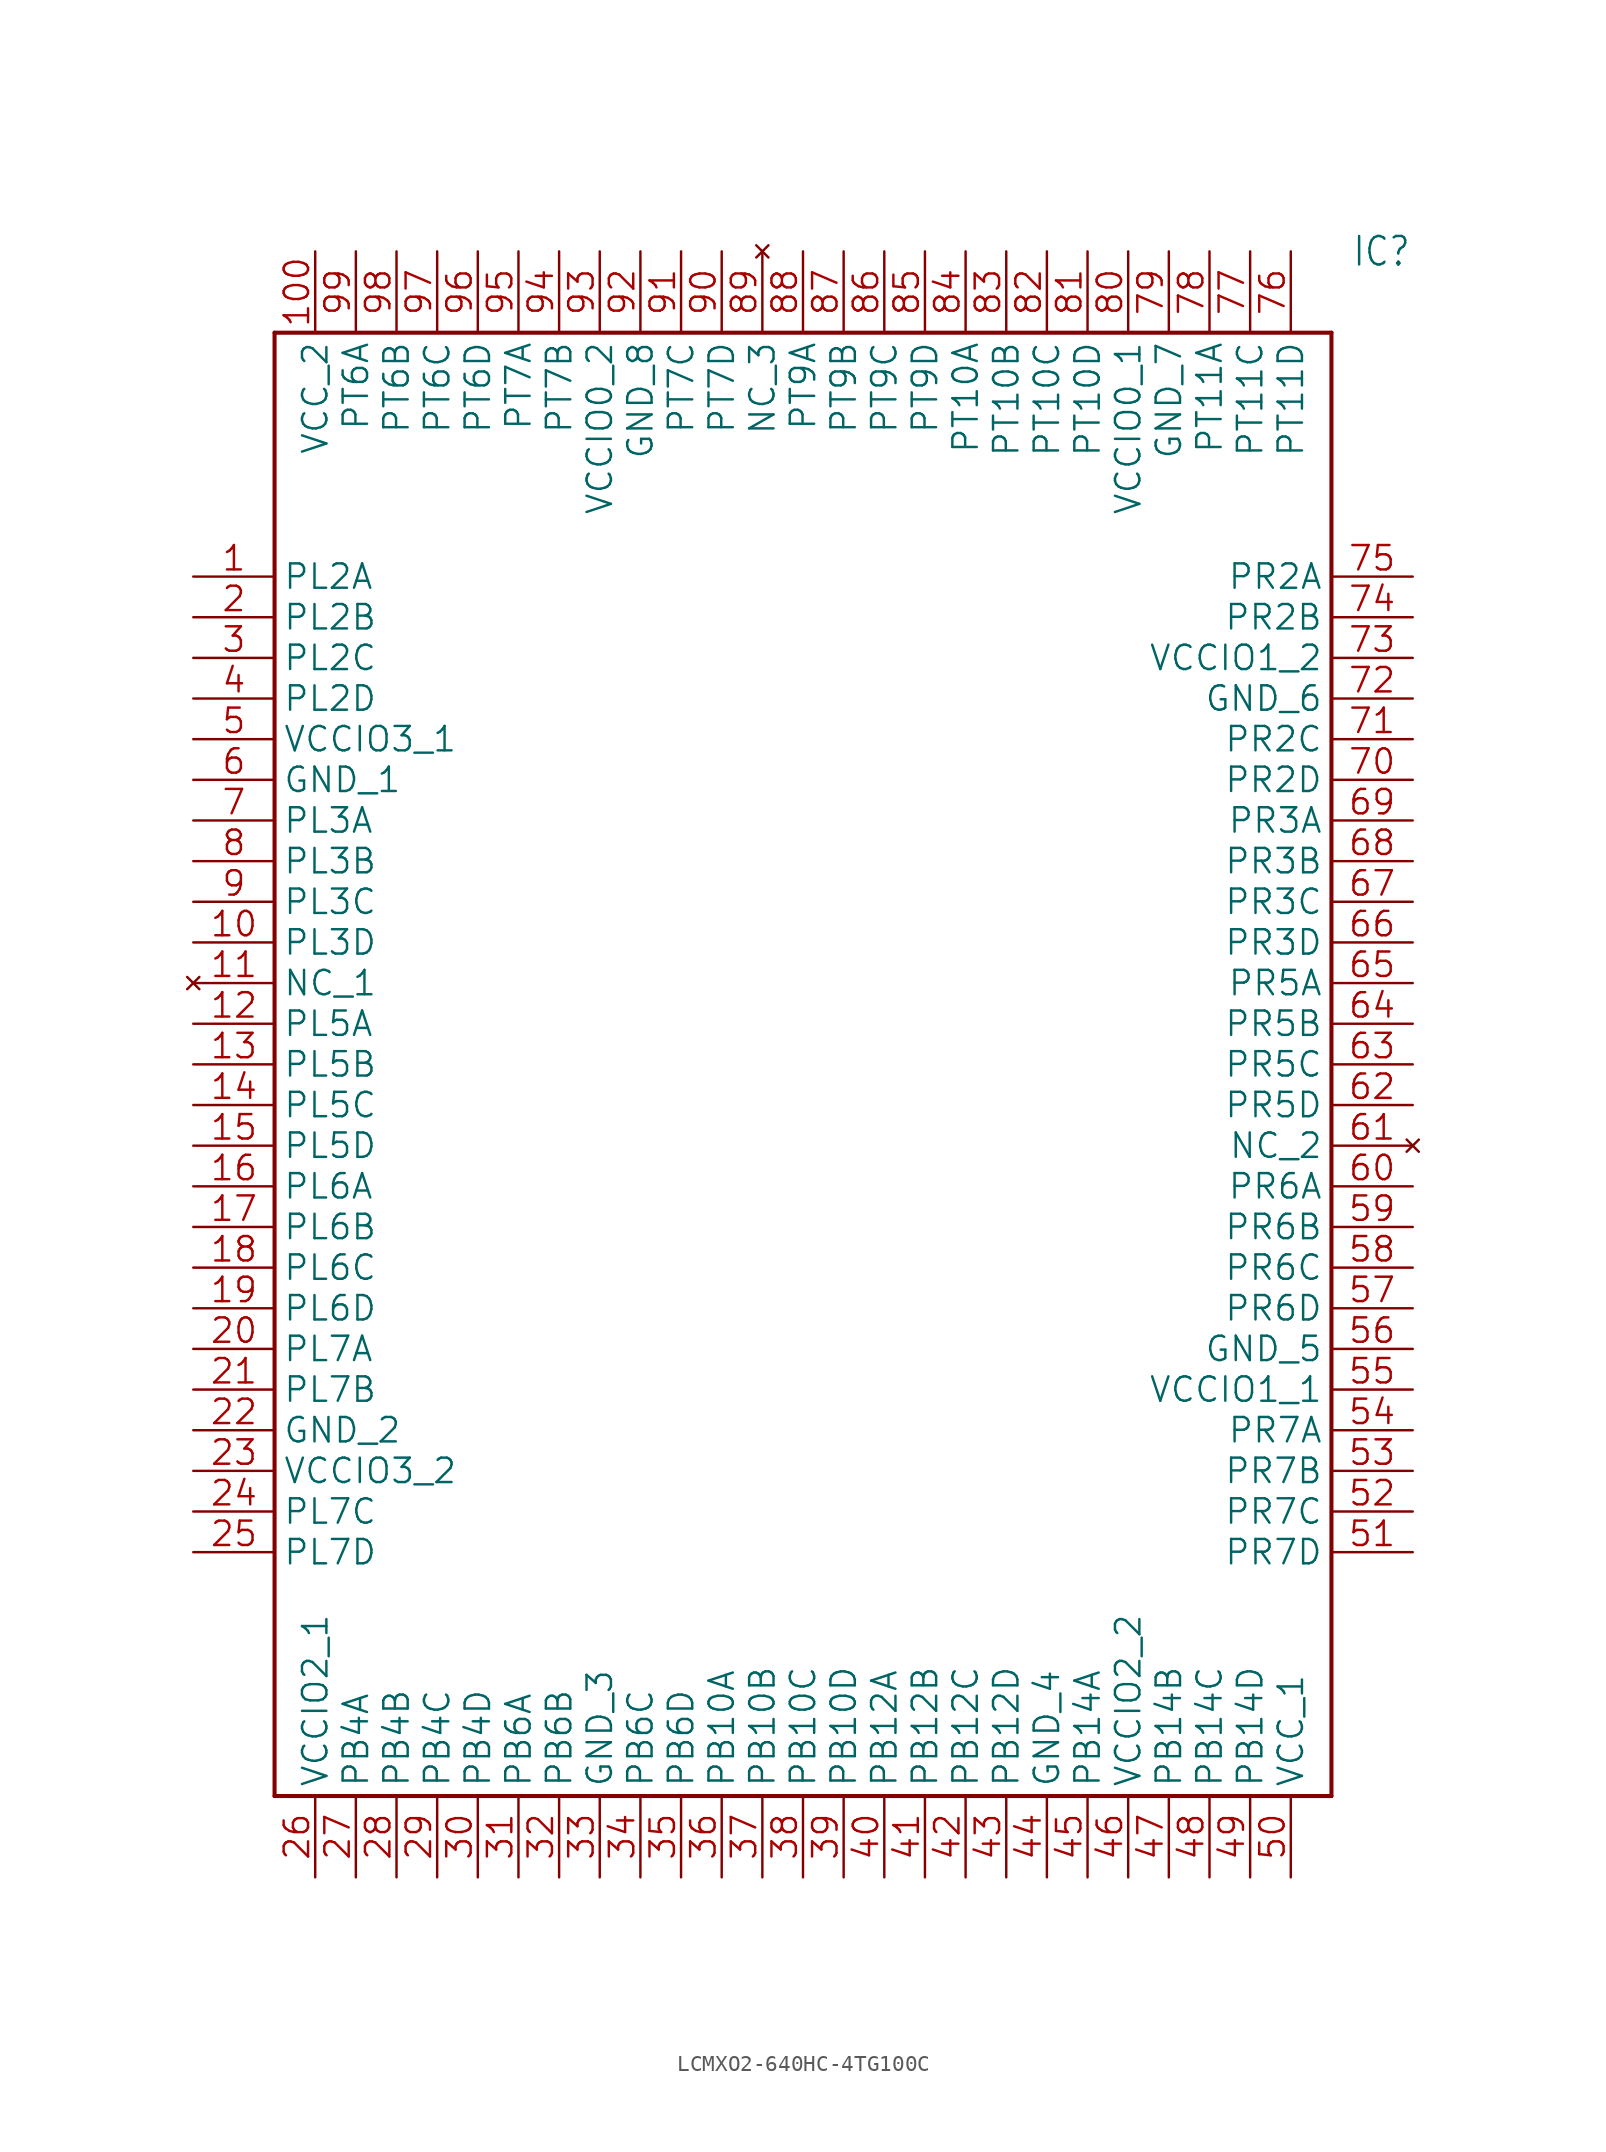
<source format=kicad_sym>
(kicad_symbol_lib
  (version 20241209)
  (generator "kicad_symbol_editor")
  (generator_version "9.0")
  (symbol "LCMXO2-640HC-4TG100C"
    (property "Reference" "IC"
      (at 72.39 20.32 0)
      (effects (font (size 1.778 1.511)) (justify left)))
    (property "Value" ""
      (at 72.39 17.78 0)
      (effects (font (size 1.778 1.511)) (justify left)))
    (property "ki_locked" ""
      (at 0 0 0)
      (effects (font (size 1.27 1.27))))
    (symbol "LCMXO2-640HC-4TG100C_1_0"
      (polyline (pts (xy 5.08 15.24) (xy 5.08 -76.2)) (stroke (width 0.254) (type solid)) (fill (type none)))
      (polyline (pts (xy 5.08 15.24) (xy 71.12 15.24)) (stroke (width 0.254) (type solid)) (fill (type none)))
      (polyline (pts (xy 71.12 -76.2) (xy 5.08 -76.2)) (stroke (width 0.254) (type solid)) (fill (type none)))
      (polyline (pts (xy 71.12 -76.2) (xy 71.12 15.24)) (stroke (width 0.254) (type solid)) (fill (type none)))
      (pin bidirectional line (at 0 0 0) (length 5.08) (name "PL2A" (effects (font (size 1.524 1.524)))) (number "1" (effects (font (size 1.524 1.524)))))
      (pin bidirectional line (at 0 -2.54 0) (length 5.08) (name "PL2B" (effects (font (size 1.524 1.524)))) (number "2" (effects (font (size 1.524 1.524)))))
      (pin bidirectional line (at 0 -5.08 0) (length 5.08) (name "PL2C" (effects (font (size 1.524 1.524)))) (number "3" (effects (font (size 1.524 1.524)))))
      (pin bidirectional line (at 0 -7.62 0) (length 5.08) (name "PL2D" (effects (font (size 1.524 1.524)))) (number "4" (effects (font (size 1.524 1.524)))))
      (pin bidirectional line (at 0 -10.16 0) (length 5.08) (name "VCCIO3_1" (effects (font (size 1.524 1.524)))) (number "5" (effects (font (size 1.524 1.524)))))
      (pin bidirectional line (at 0 -12.7 0) (length 5.08) (name "GND_1" (effects (font (size 1.524 1.524)))) (number "6" (effects (font (size 1.524 1.524)))))
      (pin bidirectional line (at 0 -15.24 0) (length 5.08) (name "PL3A" (effects (font (size 1.524 1.524)))) (number "7" (effects (font (size 1.524 1.524)))))
      (pin bidirectional line (at 0 -17.78 0) (length 5.08) (name "PL3B" (effects (font (size 1.524 1.524)))) (number "8" (effects (font (size 1.524 1.524)))))
      (pin bidirectional line (at 0 -20.32 0) (length 5.08) (name "PL3C" (effects (font (size 1.524 1.524)))) (number "9" (effects (font (size 1.524 1.524)))))
      (pin bidirectional line (at 0 -22.86 0) (length 5.08) (name "PL3D" (effects (font (size 1.524 1.524)))) (number "10" (effects (font (size 1.524 1.524)))))
      (pin no_connect line (at 0 -25.4 0) (length 5.08) (name "NC_1" (effects (font (size 1.524 1.524)))) (number "11" (effects (font (size 1.524 1.524)))))
      (pin bidirectional line (at 0 -27.94 0) (length 5.08) (name "PL5A" (effects (font (size 1.524 1.524)))) (number "12" (effects (font (size 1.524 1.524)))))
      (pin bidirectional line (at 0 -30.48 0) (length 5.08) (name "PL5B" (effects (font (size 1.524 1.524)))) (number "13" (effects (font (size 1.524 1.524)))))
      (pin bidirectional line (at 0 -33.02 0) (length 5.08) (name "PL5C" (effects (font (size 1.524 1.524)))) (number "14" (effects (font (size 1.524 1.524)))))
      (pin bidirectional line (at 0 -35.56 0) (length 5.08) (name "PL5D" (effects (font (size 1.524 1.524)))) (number "15" (effects (font (size 1.524 1.524)))))
      (pin bidirectional line (at 0 -38.1 0) (length 5.08) (name "PL6A" (effects (font (size 1.524 1.524)))) (number "16" (effects (font (size 1.524 1.524)))))
      (pin bidirectional line (at 0 -40.64 0) (length 5.08) (name "PL6B" (effects (font (size 1.524 1.524)))) (number "17" (effects (font (size 1.524 1.524)))))
      (pin bidirectional line (at 0 -43.18 0) (length 5.08) (name "PL6C" (effects (font (size 1.524 1.524)))) (number "18" (effects (font (size 1.524 1.524)))))
      (pin bidirectional line (at 0 -45.72 0) (length 5.08) (name "PL6D" (effects (font (size 1.524 1.524)))) (number "19" (effects (font (size 1.524 1.524)))))
      (pin bidirectional line (at 0 -48.26 0) (length 5.08) (name "PL7A" (effects (font (size 1.524 1.524)))) (number "20" (effects (font (size 1.524 1.524)))))
      (pin bidirectional line (at 0 -50.8 0) (length 5.08) (name "PL7B" (effects (font (size 1.524 1.524)))) (number "21" (effects (font (size 1.524 1.524)))))
      (pin bidirectional line (at 0 -53.34 0) (length 5.08) (name "GND_2" (effects (font (size 1.524 1.524)))) (number "22" (effects (font (size 1.524 1.524)))))
      (pin bidirectional line (at 0 -55.88 0) (length 5.08) (name "VCCIO3_2" (effects (font (size 1.524 1.524)))) (number "23" (effects (font (size 1.524 1.524)))))
      (pin bidirectional line (at 0 -58.42 0) (length 5.08) (name "PL7C" (effects (font (size 1.524 1.524)))) (number "24" (effects (font (size 1.524 1.524)))))
      (pin bidirectional line (at 0 -60.96 0) (length 5.08) (name "PL7D" (effects (font (size 1.524 1.524)))) (number "25" (effects (font (size 1.524 1.524)))))
      (pin bidirectional line (at 7.62 20.32 270) (length 5.08) (name "VCC_2" (effects (font (size 1.524 1.524)))) (number "100" (effects (font (size 1.524 1.524)))))
      (pin bidirectional line (at 7.62 -81.28 90) (length 5.08) (name "VCCIO2_1" (effects (font (size 1.524 1.524)))) (number "26" (effects (font (size 1.524 1.524)))))
      (pin bidirectional line (at 10.16 20.32 270) (length 5.08) (name "PT6A" (effects (font (size 1.524 1.524)))) (number "99" (effects (font (size 1.524 1.524)))))
      (pin bidirectional line (at 10.16 -81.28 90) (length 5.08) (name "PB4A" (effects (font (size 1.524 1.524)))) (number "27" (effects (font (size 1.524 1.524)))))
      (pin bidirectional line (at 12.7 20.32 270) (length 5.08) (name "PT6B" (effects (font (size 1.524 1.524)))) (number "98" (effects (font (size 1.524 1.524)))))
      (pin bidirectional line (at 12.7 -81.28 90) (length 5.08) (name "PB4B" (effects (font (size 1.524 1.524)))) (number "28" (effects (font (size 1.524 1.524)))))
      (pin bidirectional line (at 15.24 20.32 270) (length 5.08) (name "PT6C" (effects (font (size 1.524 1.524)))) (number "97" (effects (font (size 1.524 1.524)))))
      (pin bidirectional line (at 15.24 -81.28 90) (length 5.08) (name "PB4C" (effects (font (size 1.524 1.524)))) (number "29" (effects (font (size 1.524 1.524)))))
      (pin bidirectional line (at 17.78 20.32 270) (length 5.08) (name "PT6D" (effects (font (size 1.524 1.524)))) (number "96" (effects (font (size 1.524 1.524)))))
      (pin bidirectional line (at 17.78 -81.28 90) (length 5.08) (name "PB4D" (effects (font (size 1.524 1.524)))) (number "30" (effects (font (size 1.524 1.524)))))
      (pin bidirectional line (at 20.32 20.32 270) (length 5.08) (name "PT7A" (effects (font (size 1.524 1.524)))) (number "95" (effects (font (size 1.524 1.524)))))
      (pin bidirectional line (at 20.32 -81.28 90) (length 5.08) (name "PB6A" (effects (font (size 1.524 1.524)))) (number "31" (effects (font (size 1.524 1.524)))))
      (pin bidirectional line (at 22.86 20.32 270) (length 5.08) (name "PT7B" (effects (font (size 1.524 1.524)))) (number "94" (effects (font (size 1.524 1.524)))))
      (pin bidirectional line (at 22.86 -81.28 90) (length 5.08) (name "PB6B" (effects (font (size 1.524 1.524)))) (number "32" (effects (font (size 1.524 1.524)))))
      (pin bidirectional line (at 25.4 20.32 270) (length 5.08) (name "VCCIO0_2" (effects (font (size 1.524 1.524)))) (number "93" (effects (font (size 1.524 1.524)))))
      (pin bidirectional line (at 25.4 -81.28 90) (length 5.08) (name "GND_3" (effects (font (size 1.524 1.524)))) (number "33" (effects (font (size 1.524 1.524)))))
      (pin bidirectional line (at 27.94 20.32 270) (length 5.08) (name "GND_8" (effects (font (size 1.524 1.524)))) (number "92" (effects (font (size 1.524 1.524)))))
      (pin bidirectional line (at 27.94 -81.28 90) (length 5.08) (name "PB6C" (effects (font (size 1.524 1.524)))) (number "34" (effects (font (size 1.524 1.524)))))
      (pin bidirectional line (at 30.48 20.32 270) (length 5.08) (name "PT7C" (effects (font (size 1.524 1.524)))) (number "91" (effects (font (size 1.524 1.524)))))
      (pin bidirectional line (at 30.48 -81.28 90) (length 5.08) (name "PB6D" (effects (font (size 1.524 1.524)))) (number "35" (effects (font (size 1.524 1.524)))))
      (pin bidirectional line (at 33.02 20.32 270) (length 5.08) (name "PT7D" (effects (font (size 1.524 1.524)))) (number "90" (effects (font (size 1.524 1.524)))))
      (pin bidirectional line (at 33.02 -81.28 90) (length 5.08) (name "PB10A" (effects (font (size 1.524 1.524)))) (number "36" (effects (font (size 1.524 1.524)))))
      (pin no_connect line (at 35.56 20.32 270) (length 5.08) (name "NC_3" (effects (font (size 1.524 1.524)))) (number "89" (effects (font (size 1.524 1.524)))))
      (pin bidirectional line (at 35.56 -81.28 90) (length 5.08) (name "PB10B" (effects (font (size 1.524 1.524)))) (number "37" (effects (font (size 1.524 1.524)))))
      (pin bidirectional line (at 38.1 20.32 270) (length 5.08) (name "PT9A" (effects (font (size 1.524 1.524)))) (number "88" (effects (font (size 1.524 1.524)))))
      (pin bidirectional line (at 38.1 -81.28 90) (length 5.08) (name "PB10C" (effects (font (size 1.524 1.524)))) (number "38" (effects (font (size 1.524 1.524)))))
      (pin bidirectional line (at 40.64 20.32 270) (length 5.08) (name "PT9B" (effects (font (size 1.524 1.524)))) (number "87" (effects (font (size 1.524 1.524)))))
      (pin bidirectional line (at 40.64 -81.28 90) (length 5.08) (name "PB10D" (effects (font (size 1.524 1.524)))) (number "39" (effects (font (size 1.524 1.524)))))
      (pin bidirectional line (at 43.18 20.32 270) (length 5.08) (name "PT9C" (effects (font (size 1.524 1.524)))) (number "86" (effects (font (size 1.524 1.524)))))
      (pin bidirectional line (at 43.18 -81.28 90) (length 5.08) (name "PB12A" (effects (font (size 1.524 1.524)))) (number "40" (effects (font (size 1.524 1.524)))))
      (pin bidirectional line (at 45.72 20.32 270) (length 5.08) (name "PT9D" (effects (font (size 1.524 1.524)))) (number "85" (effects (font (size 1.524 1.524)))))
      (pin bidirectional line (at 45.72 -81.28 90) (length 5.08) (name "PB12B" (effects (font (size 1.524 1.524)))) (number "41" (effects (font (size 1.524 1.524)))))
      (pin bidirectional line (at 48.26 20.32 270) (length 5.08) (name "PT10A" (effects (font (size 1.524 1.524)))) (number "84" (effects (font (size 1.524 1.524)))))
      (pin bidirectional line (at 48.26 -81.28 90) (length 5.08) (name "PB12C" (effects (font (size 1.524 1.524)))) (number "42" (effects (font (size 1.524 1.524)))))
      (pin bidirectional line (at 50.8 20.32 270) (length 5.08) (name "PT10B" (effects (font (size 1.524 1.524)))) (number "83" (effects (font (size 1.524 1.524)))))
      (pin bidirectional line (at 50.8 -81.28 90) (length 5.08) (name "PB12D" (effects (font (size 1.524 1.524)))) (number "43" (effects (font (size 1.524 1.524)))))
      (pin bidirectional line (at 53.34 20.32 270) (length 5.08) (name "PT10C" (effects (font (size 1.524 1.524)))) (number "82" (effects (font (size 1.524 1.524)))))
      (pin bidirectional line (at 53.34 -81.28 90) (length 5.08) (name "GND_4" (effects (font (size 1.524 1.524)))) (number "44" (effects (font (size 1.524 1.524)))))
      (pin bidirectional line (at 55.88 20.32 270) (length 5.08) (name "PT10D" (effects (font (size 1.524 1.524)))) (number "81" (effects (font (size 1.524 1.524)))))
      (pin bidirectional line (at 55.88 -81.28 90) (length 5.08) (name "PB14A" (effects (font (size 1.524 1.524)))) (number "45" (effects (font (size 1.524 1.524)))))
      (pin bidirectional line (at 58.42 20.32 270) (length 5.08) (name "VCCIO0_1" (effects (font (size 1.524 1.524)))) (number "80" (effects (font (size 1.524 1.524)))))
      (pin bidirectional line (at 58.42 -81.28 90) (length 5.08) (name "VCCIO2_2" (effects (font (size 1.524 1.524)))) (number "46" (effects (font (size 1.524 1.524)))))
      (pin bidirectional line (at 60.96 20.32 270) (length 5.08) (name "GND_7" (effects (font (size 1.524 1.524)))) (number "79" (effects (font (size 1.524 1.524)))))
      (pin bidirectional line (at 60.96 -81.28 90) (length 5.08) (name "PB14B" (effects (font (size 1.524 1.524)))) (number "47" (effects (font (size 1.524 1.524)))))
      (pin bidirectional line (at 63.5 20.32 270) (length 5.08) (name "PT11A" (effects (font (size 1.524 1.524)))) (number "78" (effects (font (size 1.524 1.524)))))
      (pin bidirectional line (at 63.5 -81.28 90) (length 5.08) (name "PB14C" (effects (font (size 1.524 1.524)))) (number "48" (effects (font (size 1.524 1.524)))))
      (pin bidirectional line (at 66.04 20.32 270) (length 5.08) (name "PT11C" (effects (font (size 1.524 1.524)))) (number "77" (effects (font (size 1.524 1.524)))))
      (pin bidirectional line (at 66.04 -81.28 90) (length 5.08) (name "PB14D" (effects (font (size 1.524 1.524)))) (number "49" (effects (font (size 1.524 1.524)))))
      (pin bidirectional line (at 68.58 20.32 270) (length 5.08) (name "PT11D" (effects (font (size 1.524 1.524)))) (number "76" (effects (font (size 1.524 1.524)))))
      (pin bidirectional line (at 68.58 -81.28 90) (length 5.08) (name "VCC_1" (effects (font (size 1.524 1.524)))) (number "50" (effects (font (size 1.524 1.524)))))
      (pin bidirectional line (at 76.2 0 180) (length 5.08) (name "PR2A" (effects (font (size 1.524 1.524)))) (number "75" (effects (font (size 1.524 1.524)))))
      (pin bidirectional line (at 76.2 -2.54 180) (length 5.08) (name "PR2B" (effects (font (size 1.524 1.524)))) (number "74" (effects (font (size 1.524 1.524)))))
      (pin bidirectional line (at 76.2 -5.08 180) (length 5.08) (name "VCCIO1_2" (effects (font (size 1.524 1.524)))) (number "73" (effects (font (size 1.524 1.524)))))
      (pin bidirectional line (at 76.2 -7.62 180) (length 5.08) (name "GND_6" (effects (font (size 1.524 1.524)))) (number "72" (effects (font (size 1.524 1.524)))))
      (pin bidirectional line (at 76.2 -10.16 180) (length 5.08) (name "PR2C" (effects (font (size 1.524 1.524)))) (number "71" (effects (font (size 1.524 1.524)))))
      (pin bidirectional line (at 76.2 -12.7 180) (length 5.08) (name "PR2D" (effects (font (size 1.524 1.524)))) (number "70" (effects (font (size 1.524 1.524)))))
      (pin bidirectional line (at 76.2 -15.24 180) (length 5.08) (name "PR3A" (effects (font (size 1.524 1.524)))) (number "69" (effects (font (size 1.524 1.524)))))
      (pin bidirectional line (at 76.2 -17.78 180) (length 5.08) (name "PR3B" (effects (font (size 1.524 1.524)))) (number "68" (effects (font (size 1.524 1.524)))))
      (pin bidirectional line (at 76.2 -20.32 180) (length 5.08) (name "PR3C" (effects (font (size 1.524 1.524)))) (number "67" (effects (font (size 1.524 1.524)))))
      (pin bidirectional line (at 76.2 -22.86 180) (length 5.08) (name "PR3D" (effects (font (size 1.524 1.524)))) (number "66" (effects (font (size 1.524 1.524)))))
      (pin bidirectional line (at 76.2 -25.4 180) (length 5.08) (name "PR5A" (effects (font (size 1.524 1.524)))) (number "65" (effects (font (size 1.524 1.524)))))
      (pin bidirectional line (at 76.2 -27.94 180) (length 5.08) (name "PR5B" (effects (font (size 1.524 1.524)))) (number "64" (effects (font (size 1.524 1.524)))))
      (pin bidirectional line (at 76.2 -30.48 180) (length 5.08) (name "PR5C" (effects (font (size 1.524 1.524)))) (number "63" (effects (font (size 1.524 1.524)))))
      (pin bidirectional line (at 76.2 -33.02 180) (length 5.08) (name "PR5D" (effects (font (size 1.524 1.524)))) (number "62" (effects (font (size 1.524 1.524)))))
      (pin no_connect line (at 76.2 -35.56 180) (length 5.08) (name "NC_2" (effects (font (size 1.524 1.524)))) (number "61" (effects (font (size 1.524 1.524)))))
      (pin bidirectional line (at 76.2 -38.1 180) (length 5.08) (name "PR6A" (effects (font (size 1.524 1.524)))) (number "60" (effects (font (size 1.524 1.524)))))
      (pin bidirectional line (at 76.2 -40.64 180) (length 5.08) (name "PR6B" (effects (font (size 1.524 1.524)))) (number "59" (effects (font (size 1.524 1.524)))))
      (pin bidirectional line (at 76.2 -43.18 180) (length 5.08) (name "PR6C" (effects (font (size 1.524 1.524)))) (number "58" (effects (font (size 1.524 1.524)))))
      (pin bidirectional line (at 76.2 -45.72 180) (length 5.08) (name "PR6D" (effects (font (size 1.524 1.524)))) (number "57" (effects (font (size 1.524 1.524)))))
      (pin bidirectional line (at 76.2 -48.26 180) (length 5.08) (name "GND_5" (effects (font (size 1.524 1.524)))) (number "56" (effects (font (size 1.524 1.524)))))
      (pin bidirectional line (at 76.2 -50.8 180) (length 5.08) (name "VCCIO1_1" (effects (font (size 1.524 1.524)))) (number "55" (effects (font (size 1.524 1.524)))))
      (pin bidirectional line (at 76.2 -53.34 180) (length 5.08) (name "PR7A" (effects (font (size 1.524 1.524)))) (number "54" (effects (font (size 1.524 1.524)))))
      (pin bidirectional line (at 76.2 -55.88 180) (length 5.08) (name "PR7B" (effects (font (size 1.524 1.524)))) (number "53" (effects (font (size 1.524 1.524)))))
      (pin bidirectional line (at 76.2 -58.42 180) (length 5.08) (name "PR7C" (effects (font (size 1.524 1.524)))) (number "52" (effects (font (size 1.524 1.524)))))
      (pin bidirectional line (at 76.2 -60.96 180) (length 5.08) (name "PR7D" (effects (font (size 1.524 1.524)))) (number "51" (effects (font (size 1.524 1.524))))))))
</source>
